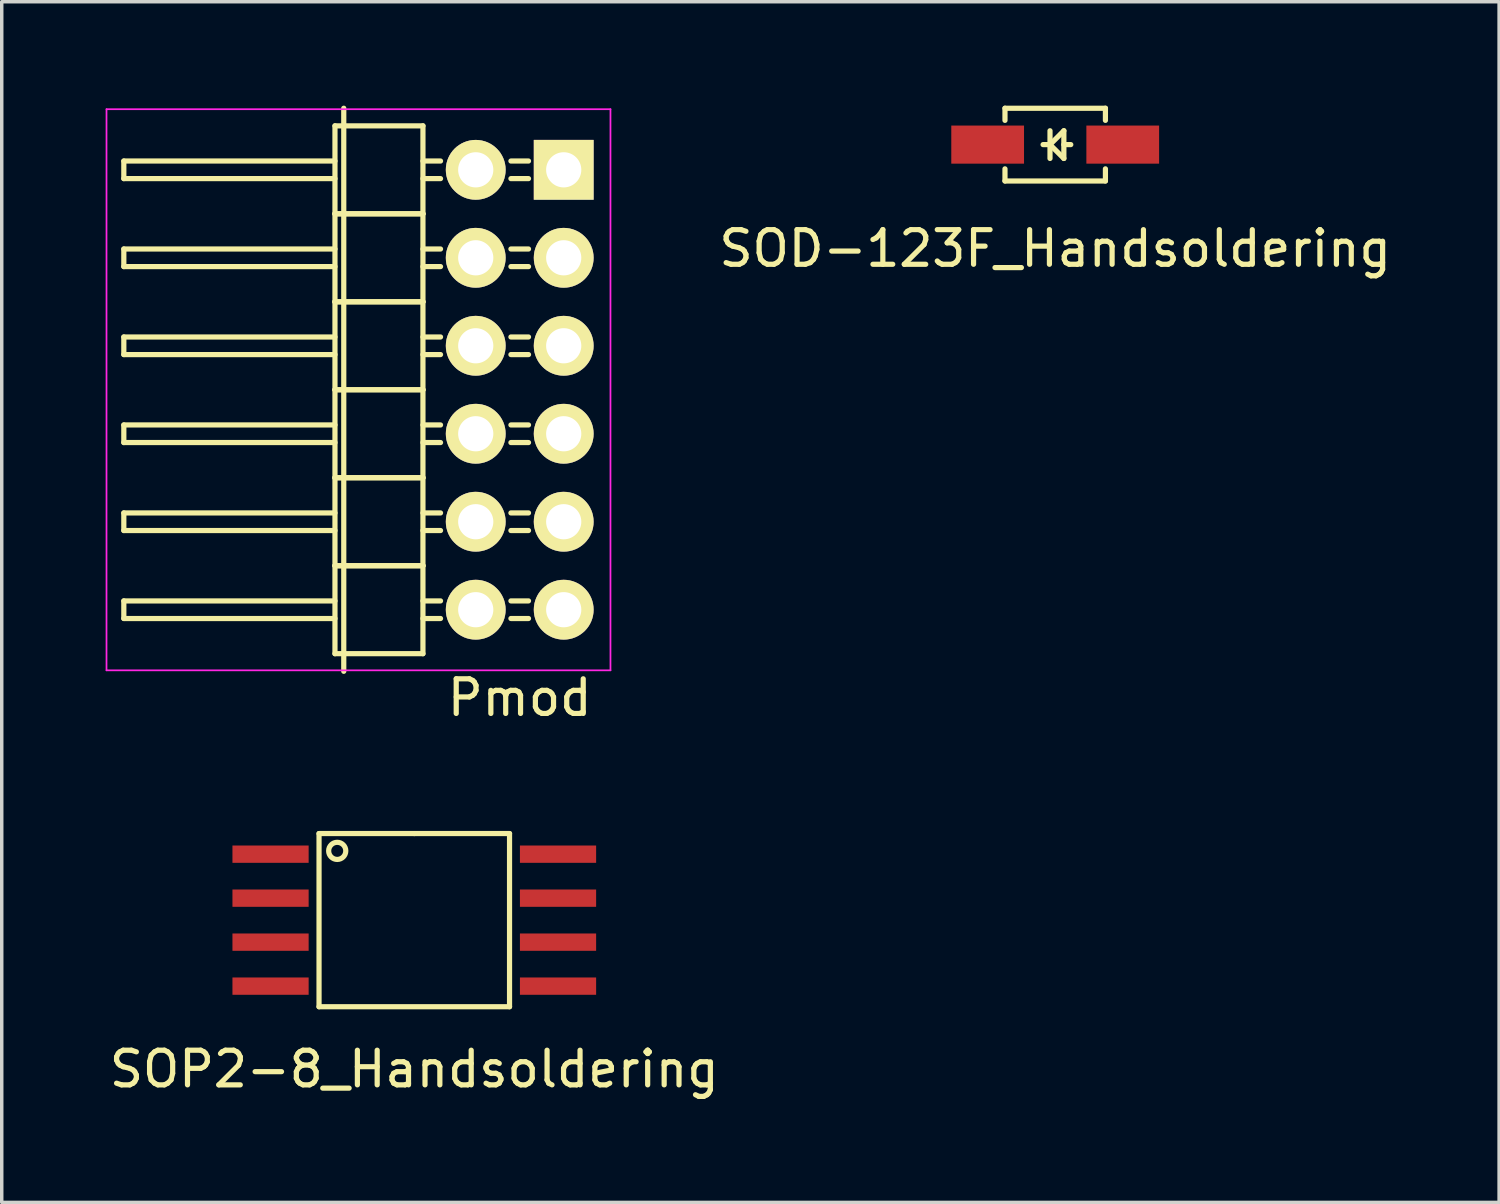
<source format=kicad_pcb>
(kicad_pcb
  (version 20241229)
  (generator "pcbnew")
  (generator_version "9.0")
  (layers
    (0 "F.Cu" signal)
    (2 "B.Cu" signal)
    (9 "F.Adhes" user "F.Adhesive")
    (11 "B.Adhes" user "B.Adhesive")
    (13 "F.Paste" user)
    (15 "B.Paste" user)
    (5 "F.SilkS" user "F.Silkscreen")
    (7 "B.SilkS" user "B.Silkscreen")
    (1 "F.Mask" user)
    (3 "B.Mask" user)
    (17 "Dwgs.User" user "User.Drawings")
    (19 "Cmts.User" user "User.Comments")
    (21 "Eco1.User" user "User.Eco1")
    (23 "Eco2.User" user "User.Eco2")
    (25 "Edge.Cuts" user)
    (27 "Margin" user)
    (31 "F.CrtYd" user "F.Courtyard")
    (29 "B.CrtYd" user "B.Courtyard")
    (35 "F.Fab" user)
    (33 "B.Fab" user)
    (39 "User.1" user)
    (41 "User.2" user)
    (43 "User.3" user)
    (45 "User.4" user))
  (footprint "SOP2-8_Handsoldering"
    (layer "F.Cu")
    (at 8.911 23.516)
    (property "Reference" "SOP2-8_Handsoldering" (at 0 4.3 180) (layer "F.SilkS") (effects (font (size 1 1) (thickness 0.15))))
    (attr through_hole)
    (fp_line (start -2.75 -2.5) (end -2.75 2.5) (stroke (width 0.15) (type solid)) (layer "F.SilkS"))
    (fp_line (start -2.75 2.5) (end 2.75 2.5) (stroke (width 0.15) (type solid)) (layer "F.SilkS"))
    (fp_line (start 0 -2.5) (end -2.75 -2.5) (stroke (width 0.15) (type solid)) (layer "F.SilkS"))
    (fp_line (start 2.75 -2.5) (end 0 -2.5) (stroke (width 0.15) (type solid)) (layer "F.SilkS"))
    (fp_line (start 2.75 2.5) (end 2.75 -2.5) (stroke (width 0.15) (type solid)) (layer "F.SilkS"))
    (fp_circle (center -2.225 -2) (end -2.05 -1.825) (stroke (width 0.15) (type solid)) (fill no) (layer "F.SilkS"))
    (pad "1" smd rect (at -3.45 -1.905) (size 2.2 0.5) (drill (offset -0.7 0)) (layers "F.Cu" "F.Mask" "F.Paste"))
    (pad "2" smd rect (at -3.45 -0.635) (size 2.2 0.5) (drill (offset -0.7 0)) (layers "F.Cu" "F.Mask" "F.Paste"))
    (pad "3" smd rect (at -3.45 0.635) (size 2.2 0.5) (drill (offset -0.7 0)) (layers "F.Cu" "F.Mask" "F.Paste"))
    (pad "4" smd rect (at -3.45 1.905) (size 2.2 0.5) (drill (offset -0.7 0)) (layers "F.Cu" "F.Mask" "F.Paste"))
    (pad "5" smd rect (at 3.45 1.905) (size 2.2 0.5) (drill (offset 0.7 0)) (layers "F.Cu" "F.Mask" "F.Paste"))
    (pad "6" smd rect (at 3.45 0.635) (size 2.2 0.5) (drill (offset 0.7 0)) (layers "F.Cu" "F.Mask" "F.Paste"))
    (pad "7" smd rect (at 3.45 -0.635) (size 2.2 0.5) (drill (offset 0.7 0)) (layers "F.Cu" "F.Mask" "F.Paste"))
    (pad "8" smd rect (at 3.45 -1.905) (size 2.2 0.5) (drill (offset 0.7 0)) (layers "F.Cu" "F.Mask" "F.Paste")))
  (footprint "Pmod"
    (layer "F.Cu")
    (at 6.875 0.583)
    (property "Reference" "Pmod" (at 5.08 16.51 0) (layer "F.SilkS") (effects (font (size 1 1) (thickness 0.15))))
    (attr through_hole)
    (fp_line (start -6.35 1.016) (end -0.254 1.016) (stroke (width 0.15) (type solid)) (layer "F.SilkS"))
    (fp_line (start -6.35 1.524) (end -6.35 1.016) (stroke (width 0.15) (type solid)) (layer "F.SilkS"))
    (fp_line (start -6.35 3.556) (end -0.254 3.556) (stroke (width 0.15) (type solid)) (layer "F.SilkS"))
    (fp_line (start -6.35 4.064) (end -6.35 3.556) (stroke (width 0.15) (type solid)) (layer "F.SilkS"))
    (fp_line (start -6.35 6.096) (end -0.254 6.096) (stroke (width 0.15) (type solid)) (layer "F.SilkS"))
    (fp_line (start -6.35 6.604) (end -6.35 6.096) (stroke (width 0.15) (type solid)) (layer "F.SilkS"))
    (fp_line (start -6.35 8.636) (end -0.254 8.636) (stroke (width 0.15) (type solid)) (layer "F.SilkS"))
    (fp_line (start -6.35 9.144) (end -6.35 8.636) (stroke (width 0.15) (type solid)) (layer "F.SilkS"))
    (fp_line (start -6.35 11.176) (end -0.254 11.176) (stroke (width 0.15) (type solid)) (layer "F.SilkS"))
    (fp_line (start -6.35 11.684) (end -6.35 11.176) (stroke (width 0.15) (type solid)) (layer "F.SilkS"))
    (fp_line (start -6.35 13.716) (end -0.254 13.716) (stroke (width 0.15) (type solid)) (layer "F.SilkS"))
    (fp_line (start -6.35 14.224) (end -6.35 13.716) (stroke (width 0.15) (type solid)) (layer "F.SilkS"))
    (fp_line (start -0.254 0) (end -0.254 2.54) (stroke (width 0.15) (type solid)) (layer "F.SilkS"))
    (fp_line (start -0.254 1.524) (end -6.35 1.524) (stroke (width 0.15) (type solid)) (layer "F.SilkS"))
    (fp_line (start -0.254 2.54) (end -0.254 5.08) (stroke (width 0.15) (type solid)) (layer "F.SilkS"))
    (fp_line (start -0.254 4.064) (end -6.35 4.064) (stroke (width 0.15) (type solid)) (layer "F.SilkS"))
    (fp_line (start -0.254 5.08) (end -0.254 7.62) (stroke (width 0.15) (type solid)) (layer "F.SilkS"))
    (fp_line (start -0.254 6.604) (end -6.35 6.604) (stroke (width 0.15) (type solid)) (layer "F.SilkS"))
    (fp_line (start -0.254 7.62) (end -0.254 10.16) (stroke (width 0.15) (type solid)) (layer "F.SilkS"))
    (fp_line (start -0.254 9.144) (end -6.35 9.144) (stroke (width 0.15) (type solid)) (layer "F.SilkS"))
    (fp_line (start -0.254 10.16) (end -0.254 12.7) (stroke (width 0.15) (type solid)) (layer "F.SilkS"))
    (fp_line (start -0.254 11.684) (end -6.35 11.684) (stroke (width 0.15) (type solid)) (layer "F.SilkS"))
    (fp_line (start -0.254 12.7) (end -0.254 15.24) (stroke (width 0.15) (type solid)) (layer "F.SilkS"))
    (fp_line (start -0.254 14.224) (end -6.35 14.224) (stroke (width 0.15) (type solid)) (layer "F.SilkS"))
    (fp_line (start 0 15.748) (end 0 -0.508) (stroke (width 0.15) (type solid)) (layer "F.SilkS"))
    (fp_line (start 2.286 0) (end -0.254 0) (stroke (width 0.15) (type solid)) (layer "F.SilkS"))
    (fp_line (start 2.286 1.016) (end 2.794 1.016) (stroke (width 0.15) (type solid)) (layer "F.SilkS"))
    (fp_line (start 2.286 1.524) (end 2.794 1.524) (stroke (width 0.15) (type solid)) (layer "F.SilkS"))
    (fp_line (start 2.286 2.54) (end -0.254 2.54) (stroke (width 0.15) (type solid)) (layer "F.SilkS"))
    (fp_line (start 2.286 2.54) (end -0.254 2.54) (stroke (width 0.15) (type solid)) (layer "F.SilkS"))
    (fp_line (start 2.286 2.54) (end 2.286 0) (stroke (width 0.15) (type solid)) (layer "F.SilkS"))
    (fp_line (start 2.286 3.556) (end 2.794 3.556) (stroke (width 0.15) (type solid)) (layer "F.SilkS"))
    (fp_line (start 2.286 4.064) (end 2.794 4.064) (stroke (width 0.15) (type solid)) (layer "F.SilkS"))
    (fp_line (start 2.286 5.08) (end -0.254 5.08) (stroke (width 0.15) (type solid)) (layer "F.SilkS"))
    (fp_line (start 2.286 5.08) (end -0.254 5.08) (stroke (width 0.15) (type solid)) (layer "F.SilkS"))
    (fp_line (start 2.286 5.08) (end 2.286 2.54) (stroke (width 0.15) (type solid)) (layer "F.SilkS"))
    (fp_line (start 2.286 6.096) (end 2.794 6.096) (stroke (width 0.15) (type solid)) (layer "F.SilkS"))
    (fp_line (start 2.286 6.604) (end 2.794 6.604) (stroke (width 0.15) (type solid)) (layer "F.SilkS"))
    (fp_line (start 2.286 7.62) (end -0.254 7.62) (stroke (width 0.15) (type solid)) (layer "F.SilkS"))
    (fp_line (start 2.286 7.62) (end -0.254 7.62) (stroke (width 0.15) (type solid)) (layer "F.SilkS"))
    (fp_line (start 2.286 7.62) (end 2.286 5.08) (stroke (width 0.15) (type solid)) (layer "F.SilkS"))
    (fp_line (start 2.286 8.636) (end 2.794 8.636) (stroke (width 0.15) (type solid)) (layer "F.SilkS"))
    (fp_line (start 2.286 9.144) (end 2.794 9.144) (stroke (width 0.15) (type solid)) (layer "F.SilkS"))
    (fp_line (start 2.286 10.16) (end -0.254 10.16) (stroke (width 0.15) (type solid)) (layer "F.SilkS"))
    (fp_line (start 2.286 10.16) (end -0.254 10.16) (stroke (width 0.15) (type solid)) (layer "F.SilkS"))
    (fp_line (start 2.286 10.16) (end 2.286 7.62) (stroke (width 0.15) (type solid)) (layer "F.SilkS"))
    (fp_line (start 2.286 11.176) (end 2.794 11.176) (stroke (width 0.15) (type solid)) (layer "F.SilkS"))
    (fp_line (start 2.286 11.684) (end 2.794 11.684) (stroke (width 0.15) (type solid)) (layer "F.SilkS"))
    (fp_line (start 2.286 12.7) (end -0.254 12.7) (stroke (width 0.15) (type solid)) (layer "F.SilkS"))
    (fp_line (start 2.286 12.7) (end -0.254 12.7) (stroke (width 0.15) (type solid)) (layer "F.SilkS"))
    (fp_line (start 2.286 12.7) (end 2.286 10.16) (stroke (width 0.15) (type solid)) (layer "F.SilkS"))
    (fp_line (start 2.286 13.716) (end 2.794 13.716) (stroke (width 0.15) (type solid)) (layer "F.SilkS"))
    (fp_line (start 2.286 14.224) (end 2.794 14.224) (stroke (width 0.15) (type solid)) (layer "F.SilkS"))
    (fp_line (start 2.286 15.24) (end -0.254 15.24) (stroke (width 0.15) (type solid)) (layer "F.SilkS"))
    (fp_line (start 2.286 15.24) (end 2.286 12.7) (stroke (width 0.15) (type solid)) (layer "F.SilkS"))
    (fp_line (start 4.826 1.016) (end 5.334 1.016) (stroke (width 0.15) (type solid)) (layer "F.SilkS"))
    (fp_line (start 4.826 1.524) (end 5.334 1.524) (stroke (width 0.15) (type solid)) (layer "F.SilkS"))
    (fp_line (start 4.826 3.556) (end 5.334 3.556) (stroke (width 0.15) (type solid)) (layer "F.SilkS"))
    (fp_line (start 4.826 4.064) (end 5.334 4.064) (stroke (width 0.15) (type solid)) (layer "F.SilkS"))
    (fp_line (start 4.826 6.096) (end 5.334 6.096) (stroke (width 0.15) (type solid)) (layer "F.SilkS"))
    (fp_line (start 4.826 6.604) (end 5.334 6.604) (stroke (width 0.15) (type solid)) (layer "F.SilkS"))
    (fp_line (start 4.826 8.636) (end 5.334 8.636) (stroke (width 0.15) (type solid)) (layer "F.SilkS"))
    (fp_line (start 4.826 9.144) (end 5.334 9.144) (stroke (width 0.15) (type solid)) (layer "F.SilkS"))
    (fp_line (start 4.826 11.176) (end 5.334 11.176) (stroke (width 0.15) (type solid)) (layer "F.SilkS"))
    (fp_line (start 4.826 11.684) (end 5.334 11.684) (stroke (width 0.15) (type solid)) (layer "F.SilkS"))
    (fp_line (start 4.826 13.716) (end 5.334 13.716) (stroke (width 0.15) (type solid)) (layer "F.SilkS"))
    (fp_line (start 4.826 14.224) (end 5.334 14.224) (stroke (width 0.15) (type solid)) (layer "F.SilkS"))
    (fp_line (start -6.85 15.72) (end -6.85 -0.48) (stroke (width 0.05) (type solid)) (layer "F.CrtYd"))
    (fp_line (start 7.7 -0.48) (end -6.85 -0.48) (stroke (width 0.05) (type solid)) (layer "F.CrtYd"))
    (fp_line (start 7.7 15.72) (end -6.85 15.72) (stroke (width 0.05) (type solid)) (layer "F.CrtYd"))
    (fp_line (start 7.7 15.72) (end 7.7 -0.48) (stroke (width 0.05) (type solid)) (layer "F.CrtYd"))
    (pad "1" thru_hole rect (at 6.35 1.27 180) (size 1.727 1.727) (drill 1.016) (layers "*.Cu" "*.Mask" "F.SilkS"))
    (pad "2" thru_hole oval (at 6.35 3.81 180) (size 1.727 1.727) (drill 1.016) (layers "*.Cu" "*.Mask" "F.SilkS"))
    (pad "3" thru_hole oval (at 6.35 6.35 180) (size 1.727 1.727) (drill 1.016) (layers "*.Cu" "*.Mask" "F.SilkS"))
    (pad "4" thru_hole oval (at 6.35 8.89 180) (size 1.727 1.727) (drill 1.016) (layers "*.Cu" "*.Mask" "F.SilkS"))
    (pad "5" thru_hole oval (at 6.35 11.43 180) (size 1.727 1.727) (drill 1.016) (layers "*.Cu" "*.Mask" "F.SilkS"))
    (pad "6" thru_hole circle (at 6.35 13.97 180) (size 1.727 1.727) (drill 1.016) (layers "*.Cu" "*.Mask" "F.SilkS"))
    (pad "7" thru_hole oval (at 3.81 1.27 180) (size 1.727 1.727) (drill 1.016) (layers "*.Cu" "*.Mask" "F.SilkS"))
    (pad "8" thru_hole oval (at 3.81 3.81 180) (size 1.727 1.727) (drill 1.016) (layers "*.Cu" "*.Mask" "F.SilkS"))
    (pad "9" thru_hole oval (at 3.81 6.35 180) (size 1.727 1.727) (drill 1.016) (layers "*.Cu" "*.Mask" "F.SilkS"))
    (pad "10" thru_hole oval (at 3.81 8.89 180) (size 1.727 1.727) (drill 1.016) (layers "*.Cu" "*.Mask" "F.SilkS"))
    (pad "11" thru_hole oval (at 3.81 11.43 180) (size 1.727 1.727) (drill 1.016) (layers "*.Cu" "*.Mask" "F.SilkS"))
    (pad "12" thru_hole oval (at 3.81 13.97 180) (size 1.727 1.727) (drill 1.016) (layers "*.Cu" "*.Mask" "F.SilkS")))
  (footprint "SOD-123F_Handsoldering"
    (layer "F.Cu")
    (at 27.415 1.125)
    (property "Reference" "SOD-123F_Handsoldering" (at 0 3 0) (layer "F.SilkS") (effects (font (size 1 1) (thickness 0.15))))
    (attr through_hole)
    (fp_line (start -1.45 -1.05) (end 1.45 -1.05) (stroke (width 0.15) (type solid)) (layer "F.SilkS"))
    (fp_line (start -1.45 -0.7) (end -1.45 -1.05) (stroke (width 0.15) (type solid)) (layer "F.SilkS"))
    (fp_line (start -1.45 0.7) (end -1.45 1.05) (stroke (width 0.15) (type solid)) (layer "F.SilkS"))
    (fp_line (start -1.45 1.05) (end 1.45 1.05) (stroke (width 0.15) (type solid)) (layer "F.SilkS"))
    (fp_line (start -0.15 -0.4) (end -0.15 0.4) (stroke (width 0.15) (type solid)) (layer "F.SilkS"))
    (fp_line (start -0.15 0) (end -0.35 0) (stroke (width 0.15) (type solid)) (layer "F.SilkS"))
    (fp_line (start -0.15 0) (end 0.25 -0.4) (stroke (width 0.15) (type solid)) (layer "F.SilkS"))
    (fp_line (start 0.25 -0.4) (end 0.25 0.4) (stroke (width 0.15) (type solid)) (layer "F.SilkS"))
    (fp_line (start 0.25 0) (end 0.45 0) (stroke (width 0.15) (type solid)) (layer "F.SilkS"))
    (fp_line (start 0.25 0.4) (end -0.15 0) (stroke (width 0.15) (type solid)) (layer "F.SilkS"))
    (fp_line (start 1.45 -1.05) (end 1.45 -0.7) (stroke (width 0.15) (type solid)) (layer "F.SilkS"))
    (fp_line (start 1.45 1.05) (end 1.45 0.7) (stroke (width 0.15) (type solid)) (layer "F.SilkS"))
    (pad "1" smd rect (at -1.45 0) (size 2.1 1.1) (drill (offset -0.5 0)) (layers "F.Cu" "F.Mask" "F.Paste"))
    (pad "2" smd rect (at 1.45 0) (size 2.1 1.1) (drill (offset 0.5 0)) (layers "F.Cu" "F.Mask" "F.Paste")))
  (gr_rect
    (start -3 -3)
    (end 40.231 31.665)
    (stroke (width 0.1) (type default))
    (fill no)
    (layer "Edge.Cuts")))
</source>
